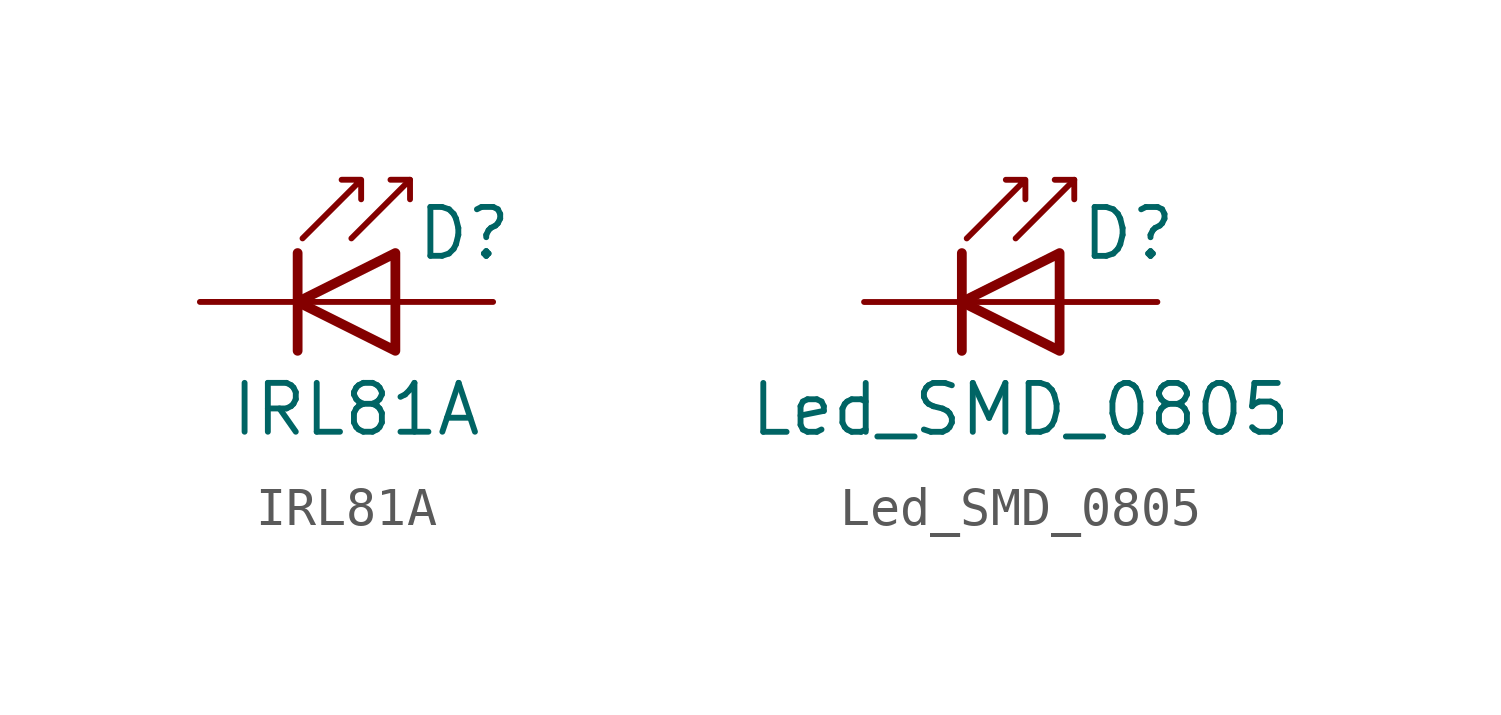
<source format=kicad_sym>
(kicad_symbol_lib
  (version 20210619)
  (generator kicad_symbol_editor)
  (symbol "my_lib_symbol:IRL81A"
    (pin_numbers hide)
    (pin_names
      (offset 1.016) hide)
    (property "Reference" "D"
      (at 0.508 1.778 0)
      (effects (font (size 1.27 1.27)) (justify left)))
    (property "Value" "IRL81A"
      (at -1.016 -2.794 0)
      (effects (font (size 1.27 1.27))))
    (symbol "IRL81A_0_1"
      (polyline (pts (xy -2.54 0) (xy 0 0)) (stroke (width 0)) (fill (type none)))
      (polyline (pts (xy -2.54 1.27) (xy -2.54 -1.27)) (stroke (width 0.254)) (fill (type none)))
      (polyline (pts (xy 0.381 3.175) (xy -0.127 3.175)) (stroke (width 0)) (fill (type none)))
      (polyline (pts (xy -1.143 1.651) (xy 0.381 3.175) (xy 0.381 2.667)) (stroke (width 0)) (fill (type none)))
      (polyline (pts (xy 0 -1.27) (xy 0 1.27) (xy -2.54 0) (xy 0 -1.27)) (stroke (width 0.254)) (fill (type none)))
      (polyline (pts (xy -2.413 1.651) (xy -0.889 3.175) (xy -0.889 2.667) (xy -0.889 3.175) (xy -1.397 3.175)) (stroke (width 0)) (fill (type none))))
    (symbol "IRL81A_1_1"
      (pin passive line (at -5.08 0 0) (length 2.54) (name "K" (effects (font (size 1.27 1.27)))) (number "1" (effects (font (size 1.27 1.27)))))
      (pin passive line (at 2.54 0 180) (length 2.54) (name "A" (effects (font (size 1.27 1.27)))) (number "2" (effects (font (size 1.27 1.27)))))))
  (symbol "my_lib_symbol:Led_SMD_0805"
    (pin_numbers hide)
    (pin_names
      (offset 1.016) hide)
    (property "Reference" "D"
      (at 0.508 1.778 0)
      (effects (font (size 1.27 1.27)) (justify left)))
    (property "Value" "Led_SMD_0805"
      (at -1.016 -2.794 0)
      (effects (font (size 1.27 1.27))))
    (symbol "Led_SMD_0805_0_1"
      (polyline (pts (xy -2.54 0) (xy 0 0)) (stroke (width 0)) (fill (type none)))
      (polyline (pts (xy -2.54 1.27) (xy -2.54 -1.27)) (stroke (width 0.254)) (fill (type none)))
      (polyline (pts (xy 0.381 3.175) (xy -0.127 3.175)) (stroke (width 0)) (fill (type none)))
      (polyline (pts (xy -1.143 1.651) (xy 0.381 3.175) (xy 0.381 2.667)) (stroke (width 0)) (fill (type none)))
      (polyline (pts (xy 0 -1.27) (xy 0 1.27) (xy -2.54 0) (xy 0 -1.27)) (stroke (width 0.254)) (fill (type none)))
      (polyline (pts (xy -2.413 1.651) (xy -0.889 3.175) (xy -0.889 2.667) (xy -0.889 3.175) (xy -1.397 3.175)) (stroke (width 0)) (fill (type none))))
    (symbol "Led_SMD_0805_1_1"
      (pin passive line (at -5.08 0 0) (length 2.54) (name "K" (effects (font (size 1.27 1.27)))) (number "1" (effects (font (size 1.27 1.27)))))
      (pin passive line (at 2.54 0 180) (length 2.54) (name "A" (effects (font (size 1.27 1.27)))) (number "2" (effects (font (size 1.27 1.27))))))))
</source>
